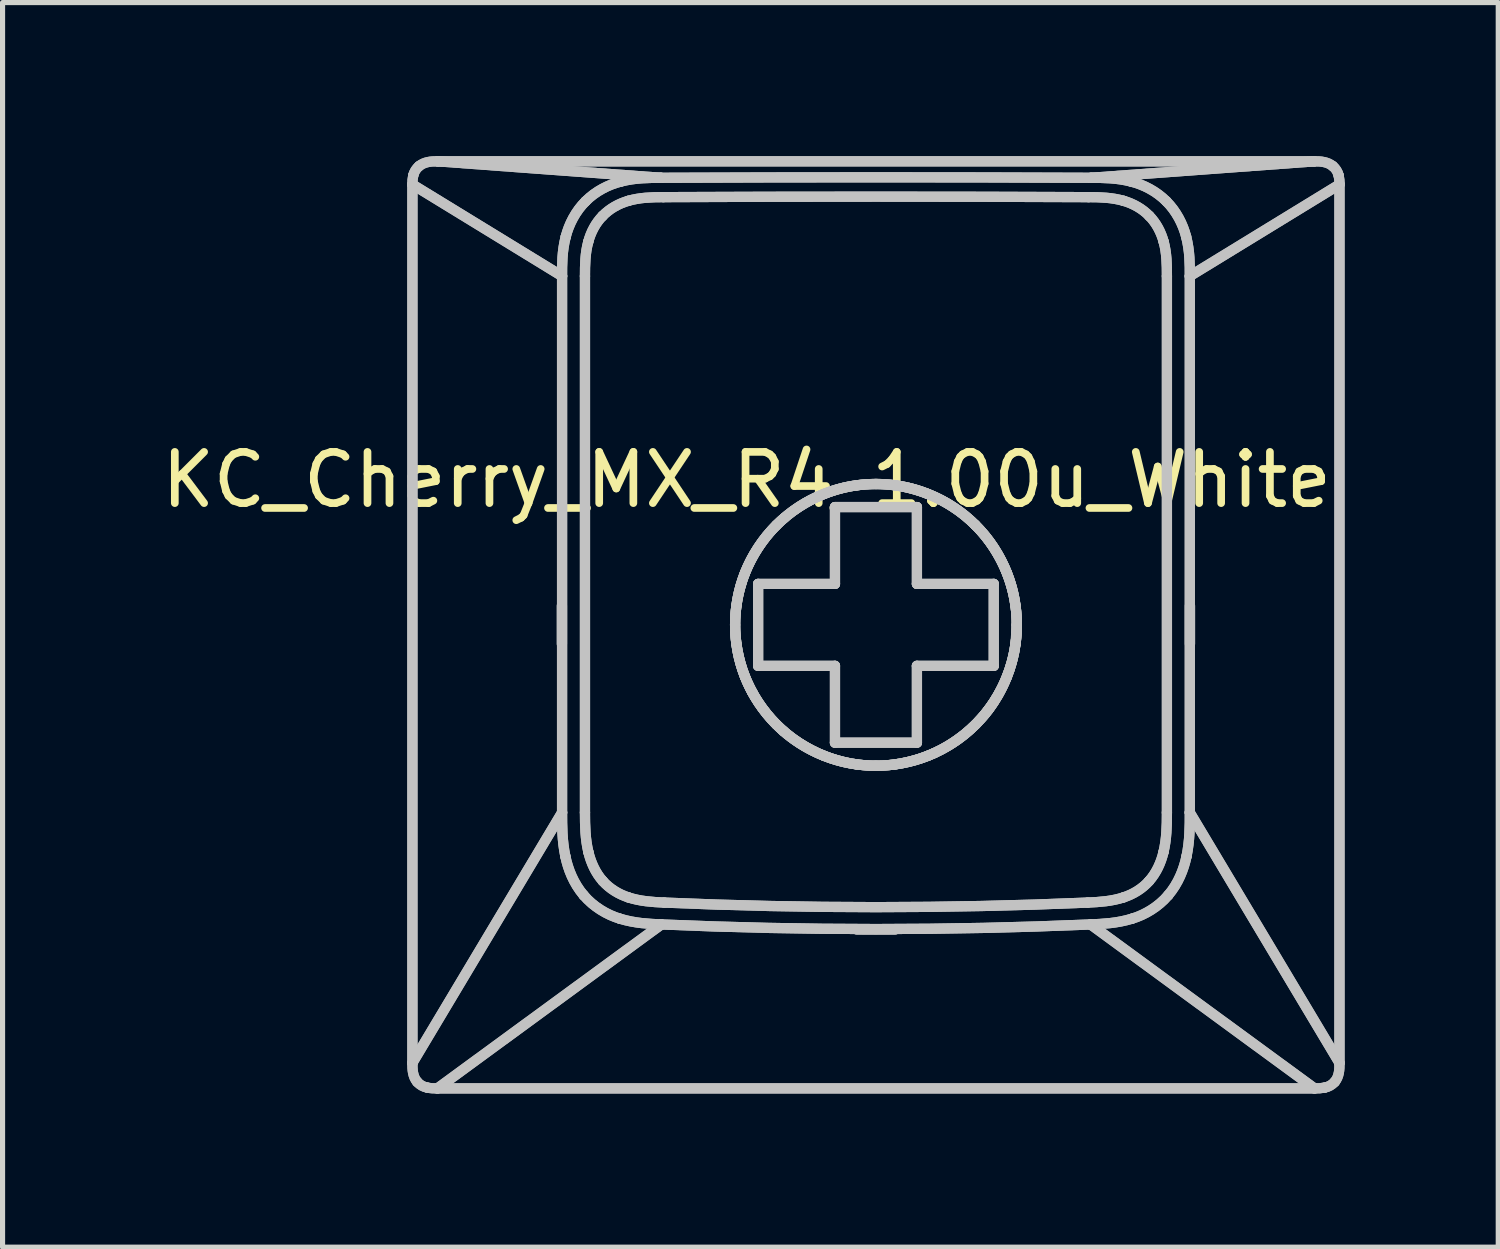
<source format=kicad_pcb>
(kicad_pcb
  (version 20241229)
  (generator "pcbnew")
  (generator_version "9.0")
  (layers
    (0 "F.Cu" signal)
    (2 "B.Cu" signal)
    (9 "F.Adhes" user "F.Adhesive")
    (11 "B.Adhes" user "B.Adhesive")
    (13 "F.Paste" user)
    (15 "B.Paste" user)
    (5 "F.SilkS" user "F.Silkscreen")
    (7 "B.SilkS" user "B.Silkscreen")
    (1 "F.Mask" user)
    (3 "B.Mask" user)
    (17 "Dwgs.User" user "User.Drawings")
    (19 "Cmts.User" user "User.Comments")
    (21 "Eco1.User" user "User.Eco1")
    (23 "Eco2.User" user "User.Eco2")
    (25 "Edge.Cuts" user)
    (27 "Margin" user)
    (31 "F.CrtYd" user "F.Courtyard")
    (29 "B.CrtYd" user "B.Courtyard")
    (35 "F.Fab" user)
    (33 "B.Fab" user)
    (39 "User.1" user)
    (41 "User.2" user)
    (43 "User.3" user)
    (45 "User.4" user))
  (footprint "KC_Cherry_MX_R4_1.00u_White"
    (layer "F.Cu")
    (at 14.07 9.112)
    (property "Reference" "KC_Cherry_MX_R4_1.00u_White" (at -2.54 -2.794 0) (layer "F.SilkS") (effects (font (size 1 1) (thickness 0.15))))
    (attr allow_missing_courtyard)
    (fp_line (start -9.068 -8.56) (end -6.146 -6.771) (stroke (width 0.2) (type default)) (layer "Dwgs.User"))
    (fp_line (start -9.068 -8.56) (end -6.146 -6.771) (stroke (width 0.2) (type default)) (layer "Dwgs.User"))
    (fp_line (start -9.068 8.591) (end -9.068 -8.56) (stroke (width 0.2) (type default)) (layer "Dwgs.User"))
    (fp_line (start -9.068 8.591) (end -9.068 -8.56) (stroke (width 0.2) (type default)) (layer "Dwgs.User"))
    (fp_line (start -9.068 8.591) (end -6.146 3.702) (stroke (width 0.2) (type default)) (layer "Dwgs.User"))
    (fp_line (start -9.068 8.591) (end -6.146 3.702) (stroke (width 0.2) (type default)) (layer "Dwgs.User"))
    (fp_line (start -8.58 9.088) (end -4.207 5.887) (stroke (width 0.2) (type default)) (layer "Dwgs.User"))
    (fp_line (start -8.58 9.088) (end -4.207 5.887) (stroke (width 0.2) (type default)) (layer "Dwgs.User"))
    (fp_line (start -8.575 -9.012) (end -4.216 -8.691) (stroke (width 0.2) (type default)) (layer "Dwgs.User"))
    (fp_line (start -8.575 -9.012) (end -4.216 -8.691) (stroke (width 0.2) (type default)) (layer "Dwgs.User"))
    (fp_line (start -8.575 -9.012) (end 8.539 -9.012) (stroke (width 0.2) (type default)) (layer "Dwgs.User"))
    (fp_line (start -8.575 -9.012) (end 8.539 -9.012) (stroke (width 0.2) (type default)) (layer "Dwgs.User"))
    (fp_line (start -6.149 0.412) (end -6.149 -0.338) (stroke (width 0.2) (type default)) (layer "Dwgs.User"))
    (fp_line (start -6.149 0.412) (end -6.149 -0.338) (stroke (width 0.2) (type default)) (layer "Dwgs.User"))
    (fp_line (start -6.146 -6.771) (end -6.146 3.702) (stroke (width 0.2) (type default)) (layer "Dwgs.User"))
    (fp_line (start -6.146 -6.771) (end -6.146 3.702) (stroke (width 0.2) (type default)) (layer "Dwgs.User"))
    (fp_line (start -5.699 -6.771) (end -5.699 3.702) (stroke (width 0.2) (type default)) (layer "Dwgs.User"))
    (fp_line (start -5.699 -6.771) (end -5.699 3.702) (stroke (width 0.2) (type default)) (layer "Dwgs.User"))
    (fp_line (start -2.318 -0.762) (end -0.818 -0.762) (stroke (width 0.2) (type default)) (layer "Dwgs.User"))
    (fp_line (start -2.318 -0.762) (end -0.818 -0.762) (stroke (width 0.2) (type default)) (layer "Dwgs.User"))
    (fp_line (start -2.318 0.838) (end -2.318 -0.762) (stroke (width 0.2) (type default)) (layer "Dwgs.User"))
    (fp_line (start -2.318 0.838) (end -2.318 -0.762) (stroke (width 0.2) (type default)) (layer "Dwgs.User"))
    (fp_line (start -0.818 -2.262) (end 0.782 -2.262) (stroke (width 0.2) (type default)) (layer "Dwgs.User"))
    (fp_line (start -0.818 -2.262) (end 0.782 -2.262) (stroke (width 0.2) (type default)) (layer "Dwgs.User"))
    (fp_line (start -0.818 -0.762) (end -0.818 -2.262) (stroke (width 0.2) (type default)) (layer "Dwgs.User"))
    (fp_line (start -0.818 -0.762) (end -0.818 -2.262) (stroke (width 0.2) (type default)) (layer "Dwgs.User"))
    (fp_line (start -0.818 0.838) (end -2.318 0.838) (stroke (width 0.2) (type default)) (layer "Dwgs.User"))
    (fp_line (start -0.818 0.838) (end -2.318 0.838) (stroke (width 0.2) (type default)) (layer "Dwgs.User"))
    (fp_line (start -0.818 2.338) (end -0.818 0.838) (stroke (width 0.2) (type default)) (layer "Dwgs.User"))
    (fp_line (start -0.818 2.338) (end -0.818 0.838) (stroke (width 0.2) (type default)) (layer "Dwgs.User"))
    (fp_line (start -0.393 5.985) (end 0.357 5.985) (stroke (width 0.2) (type default)) (layer "Dwgs.User"))
    (fp_line (start -0.393 5.985) (end 0.357 5.985) (stroke (width 0.2) (type default)) (layer "Dwgs.User"))
    (fp_line (start 0.782 -2.262) (end 0.782 -0.762) (stroke (width 0.2) (type default)) (layer "Dwgs.User"))
    (fp_line (start 0.782 -2.262) (end 0.782 -0.762) (stroke (width 0.2) (type default)) (layer "Dwgs.User"))
    (fp_line (start 0.782 -0.762) (end 2.282 -0.762) (stroke (width 0.2) (type default)) (layer "Dwgs.User"))
    (fp_line (start 0.782 -0.762) (end 2.282 -0.762) (stroke (width 0.2) (type default)) (layer "Dwgs.User"))
    (fp_line (start 0.782 0.838) (end 0.782 2.338) (stroke (width 0.2) (type default)) (layer "Dwgs.User"))
    (fp_line (start 0.782 0.838) (end 0.782 2.338) (stroke (width 0.2) (type default)) (layer "Dwgs.User"))
    (fp_line (start 0.782 2.338) (end -0.818 2.338) (stroke (width 0.2) (type default)) (layer "Dwgs.User"))
    (fp_line (start 0.782 2.338) (end -0.818 2.338) (stroke (width 0.2) (type default)) (layer "Dwgs.User"))
    (fp_line (start 2.282 -0.762) (end 2.282 0.838) (stroke (width 0.2) (type default)) (layer "Dwgs.User"))
    (fp_line (start 2.282 -0.762) (end 2.282 0.838) (stroke (width 0.2) (type default)) (layer "Dwgs.User"))
    (fp_line (start 2.282 0.838) (end 0.782 0.838) (stroke (width 0.2) (type default)) (layer "Dwgs.User"))
    (fp_line (start 2.282 0.838) (end 0.782 0.838) (stroke (width 0.2) (type default)) (layer "Dwgs.User"))
    (fp_line (start 2.707 0.412) (end 2.732 0.038) (stroke (width 0.2) (type default)) (layer "Dwgs.User"))
    (fp_line (start 4.181 -8.691) (end 8.539 -9.012) (stroke (width 0.2) (type default)) (layer "Dwgs.User"))
    (fp_line (start 4.181 -8.691) (end 8.539 -9.012) (stroke (width 0.2) (type default)) (layer "Dwgs.User"))
    (fp_line (start 5.663 3.702) (end 5.663 -6.771) (stroke (width 0.2) (type default)) (layer "Dwgs.User"))
    (fp_line (start 5.663 3.702) (end 5.663 -6.771) (stroke (width 0.2) (type default)) (layer "Dwgs.User"))
    (fp_line (start 6.11 -6.771) (end 9.032 -8.56) (stroke (width 0.2) (type default)) (layer "Dwgs.User"))
    (fp_line (start 6.11 -6.771) (end 9.032 -8.56) (stroke (width 0.2) (type default)) (layer "Dwgs.User"))
    (fp_line (start 6.11 3.702) (end 6.11 -6.771) (stroke (width 0.2) (type default)) (layer "Dwgs.User"))
    (fp_line (start 6.11 3.702) (end 6.11 -6.771) (stroke (width 0.2) (type default)) (layer "Dwgs.User"))
    (fp_line (start 6.113 0.412) (end 6.113 -0.338) (stroke (width 0.2) (type default)) (layer "Dwgs.User"))
    (fp_line (start 6.113 0.412) (end 6.113 -0.338) (stroke (width 0.2) (type default)) (layer "Dwgs.User"))
    (fp_line (start 8.544 9.088) (end -8.58 9.088) (stroke (width 0.2) (type default)) (layer "Dwgs.User"))
    (fp_line (start 8.544 9.088) (end -8.58 9.088) (stroke (width 0.2) (type default)) (layer "Dwgs.User"))
    (fp_line (start 8.544 9.088) (end 4.172 5.887) (stroke (width 0.2) (type default)) (layer "Dwgs.User"))
    (fp_line (start 8.544 9.088) (end 4.172 5.887) (stroke (width 0.2) (type default)) (layer "Dwgs.User"))
    (fp_line (start 9.032 -8.56) (end 9.032 8.591) (stroke (width 0.2) (type default)) (layer "Dwgs.User"))
    (fp_line (start 9.032 -8.56) (end 9.032 8.591) (stroke (width 0.2) (type default)) (layer "Dwgs.User"))
    (fp_line (start 9.032 8.591) (end 6.11 3.702) (stroke (width 0.2) (type default)) (layer "Dwgs.User"))
    (fp_line (start 9.032 8.591) (end 6.11 3.702) (stroke (width 0.2) (type default)) (layer "Dwgs.User"))
    (fp_curve (pts (xy -9.068 -8.56) (xy -9.07 -8.619) (xy -9.065 -8.678) (xy -9.052 -8.736)) (stroke (width 0.2) (type default)) (layer "Dwgs.User"))
    (fp_curve (pts (xy -9.068 -8.56) (xy -9.07 -8.619) (xy -9.065 -8.678) (xy -9.052 -8.736)) (stroke (width 0.2) (type default)) (layer "Dwgs.User"))
    (fp_curve (pts (xy -9.052 -8.736) (xy -9.033 -8.809) (xy -8.995 -8.87) (xy -8.938 -8.918)) (stroke (width 0.2) (type default)) (layer "Dwgs.User"))
    (fp_curve (pts (xy -9.052 -8.736) (xy -9.033 -8.809) (xy -8.995 -8.87) (xy -8.938 -8.918)) (stroke (width 0.2) (type default)) (layer "Dwgs.User"))
    (fp_curve (pts (xy -8.974 8.961) (xy -9.062 8.86) (xy -9.07 8.719) (xy -9.068 8.591)) (stroke (width 0.2) (type default)) (layer "Dwgs.User"))
    (fp_curve (pts (xy -8.974 8.961) (xy -9.062 8.86) (xy -9.07 8.719) (xy -9.068 8.591)) (stroke (width 0.2) (type default)) (layer "Dwgs.User"))
    (fp_curve (pts (xy -8.938 -8.918) (xy -8.837 -9.002) (xy -8.701 -9.015) (xy -8.575 -9.012)) (stroke (width 0.2) (type default)) (layer "Dwgs.User"))
    (fp_curve (pts (xy -8.938 -8.918) (xy -8.837 -9.002) (xy -8.701 -9.015) (xy -8.575 -9.012)) (stroke (width 0.2) (type default)) (layer "Dwgs.User"))
    (fp_curve (pts (xy -8.78 9.072) (xy -8.857 9.057) (xy -8.922 9.02) (xy -8.974 8.961)) (stroke (width 0.2) (type default)) (layer "Dwgs.User"))
    (fp_curve (pts (xy -8.78 9.072) (xy -8.857 9.057) (xy -8.922 9.02) (xy -8.974 8.961)) (stroke (width 0.2) (type default)) (layer "Dwgs.User"))
    (fp_curve (pts (xy -8.58 9.088) (xy -8.647 9.09) (xy -8.714 9.085) (xy -8.78 9.072)) (stroke (width 0.2) (type default)) (layer "Dwgs.User"))
    (fp_curve (pts (xy -8.58 9.088) (xy -8.647 9.09) (xy -8.714 9.085) (xy -8.78 9.072)) (stroke (width 0.2) (type default)) (layer "Dwgs.User"))
    (fp_curve (pts (xy -6.146 -6.771) (xy -6.146 -6.995) (xy -6.148 -7.259) (xy -6.074 -7.542)) (stroke (width 0.2) (type default)) (layer "Dwgs.User"))
    (fp_curve (pts (xy -6.146 -6.771) (xy -6.146 -6.995) (xy -6.148 -7.259) (xy -6.074 -7.542)) (stroke (width 0.2) (type default)) (layer "Dwgs.User"))
    (fp_curve (pts (xy -6.082 4.557) (xy -6.147 4.248) (xy -6.145 3.961) (xy -6.146 3.702)) (stroke (width 0.2) (type default)) (layer "Dwgs.User"))
    (fp_curve (pts (xy -6.082 4.557) (xy -6.147 4.248) (xy -6.145 3.961) (xy -6.146 3.702)) (stroke (width 0.2) (type default)) (layer "Dwgs.User"))
    (fp_curve (pts (xy -6.074 -7.542) (xy -6.011 -7.787) (xy -5.881 -8.04) (xy -5.687 -8.232)) (stroke (width 0.2) (type default)) (layer "Dwgs.User"))
    (fp_curve (pts (xy -6.074 -7.542) (xy -6.011 -7.787) (xy -5.881 -8.04) (xy -5.687 -8.232)) (stroke (width 0.2) (type default)) (layer "Dwgs.User"))
    (fp_curve (pts (xy -5.724 5.317) (xy -5.923 5.084) (xy -6.029 4.809) (xy -6.082 4.557)) (stroke (width 0.2) (type default)) (layer "Dwgs.User"))
    (fp_curve (pts (xy -5.724 5.317) (xy -5.923 5.084) (xy -6.029 4.809) (xy -6.082 4.557)) (stroke (width 0.2) (type default)) (layer "Dwgs.User"))
    (fp_curve (pts (xy -5.699 -6.771) (xy -5.699 -6.995) (xy -5.695 -7.223) (xy -5.635 -7.44)) (stroke (width 0.2) (type default)) (layer "Dwgs.User"))
    (fp_curve (pts (xy -5.699 -6.771) (xy -5.699 -6.995) (xy -5.695 -7.223) (xy -5.635 -7.44)) (stroke (width 0.2) (type default)) (layer "Dwgs.User"))
    (fp_curve (pts (xy -5.687 -8.232) (xy -5.491 -8.43) (xy -5.24 -8.556) (xy -4.999 -8.617)) (stroke (width 0.2) (type default)) (layer "Dwgs.User"))
    (fp_curve (pts (xy -5.687 -8.232) (xy -5.491 -8.43) (xy -5.24 -8.556) (xy -4.999 -8.617)) (stroke (width 0.2) (type default)) (layer "Dwgs.User"))
    (fp_curve (pts (xy -5.635 -7.44) (xy -5.585 -7.629) (xy -5.491 -7.807) (xy -5.356 -7.945)) (stroke (width 0.2) (type default)) (layer "Dwgs.User"))
    (fp_curve (pts (xy -5.635 -7.44) (xy -5.585 -7.629) (xy -5.491 -7.807) (xy -5.356 -7.945)) (stroke (width 0.2) (type default)) (layer "Dwgs.User"))
    (fp_curve (pts (xy -5.632 4.475) (xy -5.693 4.223) (xy -5.699 3.961) (xy -5.699 3.702)) (stroke (width 0.2) (type default)) (layer "Dwgs.User"))
    (fp_curve (pts (xy -5.632 4.475) (xy -5.693 4.223) (xy -5.699 3.961) (xy -5.699 3.702)) (stroke (width 0.2) (type default)) (layer "Dwgs.User"))
    (fp_curve (pts (xy -5.356 -7.945) (xy -5.218 -8.088) (xy -5.041 -8.186) (xy -4.853 -8.241)) (stroke (width 0.2) (type default)) (layer "Dwgs.User"))
    (fp_curve (pts (xy -5.356 -7.945) (xy -5.218 -8.088) (xy -5.041 -8.186) (xy -4.853 -8.241)) (stroke (width 0.2) (type default)) (layer "Dwgs.User"))
    (fp_curve (pts (xy -5.351 5.039) (xy -5.492 4.881) (xy -5.582 4.682) (xy -5.632 4.475)) (stroke (width 0.2) (type default)) (layer "Dwgs.User"))
    (fp_curve (pts (xy -5.351 5.039) (xy -5.492 4.881) (xy -5.582 4.682) (xy -5.632 4.475)) (stroke (width 0.2) (type default)) (layer "Dwgs.User"))
    (fp_curve (pts (xy -5.019 5.774) (xy -5.269 5.699) (xy -5.535 5.541) (xy -5.724 5.317)) (stroke (width 0.2) (type default)) (layer "Dwgs.User"))
    (fp_curve (pts (xy -5.019 5.774) (xy -5.269 5.699) (xy -5.535 5.541) (xy -5.724 5.317)) (stroke (width 0.2) (type default)) (layer "Dwgs.User"))
    (fp_curve (pts (xy -4.999 -8.617) (xy -4.715 -8.691) (xy -4.448 -8.689) (xy -4.216 -8.691)) (stroke (width 0.2) (type default)) (layer "Dwgs.User"))
    (fp_curve (pts (xy -4.999 -8.617) (xy -4.715 -8.691) (xy -4.448 -8.689) (xy -4.216 -8.691)) (stroke (width 0.2) (type default)) (layer "Dwgs.User"))
    (fp_curve (pts (xy -4.853 -8.241) (xy -4.632 -8.305) (xy -4.399 -8.313) (xy -4.169 -8.313)) (stroke (width 0.2) (type default)) (layer "Dwgs.User"))
    (fp_curve (pts (xy -4.853 -8.241) (xy -4.632 -8.305) (xy -4.399 -8.313) (xy -4.169 -8.313)) (stroke (width 0.2) (type default)) (layer "Dwgs.User"))
    (fp_curve (pts (xy -4.851 5.359) (xy -5.04 5.297) (xy -5.217 5.19) (xy -5.351 5.039)) (stroke (width 0.2) (type default)) (layer "Dwgs.User"))
    (fp_curve (pts (xy -4.851 5.359) (xy -5.04 5.297) (xy -5.217 5.19) (xy -5.351 5.039)) (stroke (width 0.2) (type default)) (layer "Dwgs.User"))
    (fp_curve (pts (xy -4.207 5.887) (xy -4.446 5.875) (xy -4.72 5.866) (xy -5.019 5.774)) (stroke (width 0.2) (type default)) (layer "Dwgs.User"))
    (fp_curve (pts (xy -4.207 5.887) (xy -4.446 5.875) (xy -4.72 5.866) (xy -5.019 5.774)) (stroke (width 0.2) (type default)) (layer "Dwgs.User"))
    (fp_curve (pts (xy -4.207 5.887) (xy -1.43 6.007) (xy 1.395 6.007) (xy 4.172 5.887)) (stroke (width 0.2) (type default)) (layer "Dwgs.User"))
    (fp_curve (pts (xy -4.207 5.887) (xy -1.43 6.007) (xy 1.395 6.007) (xy 4.172 5.887)) (stroke (width 0.2) (type default)) (layer "Dwgs.User"))
    (fp_curve (pts (xy -4.151 5.46) (xy -4.387 5.45) (xy -4.626 5.433) (xy -4.851 5.359)) (stroke (width 0.2) (type default)) (layer "Dwgs.User"))
    (fp_curve (pts (xy -4.151 5.46) (xy -4.387 5.45) (xy -4.626 5.433) (xy -4.851 5.359)) (stroke (width 0.2) (type default)) (layer "Dwgs.User"))
    (fp_curve (pts (xy -4.151 5.46) (xy -1.411 5.579) (xy 1.376 5.579) (xy 4.116 5.46)) (stroke (width 0.2) (type default)) (layer "Dwgs.User"))
    (fp_curve (pts (xy -4.151 5.46) (xy -1.411 5.579) (xy 1.376 5.579) (xy 4.116 5.46)) (stroke (width 0.2) (type default)) (layer "Dwgs.User"))
    (fp_curve (pts (xy -2.768 0.038) (xy -2.768 0.361) (xy -2.709 0.711) (xy -2.575 1.05)) (stroke (width 0.2) (type default)) (layer "Dwgs.User"))
    (fp_curve (pts (xy -2.768 0.038) (xy -2.768 0.361) (xy -2.709 0.711) (xy -2.575 1.05)) (stroke (width 0.2) (type default)) (layer "Dwgs.User"))
    (fp_curve (pts (xy -2.742 -0.338) (xy -2.776 -0.088) (xy -2.776 0.162) (xy -2.742 0.412)) (stroke (width 0.2) (type default)) (layer "Dwgs.User"))
    (fp_curve (pts (xy -2.742 -0.338) (xy -2.776 -0.088) (xy -2.776 0.162) (xy -2.742 0.412)) (stroke (width 0.2) (type default)) (layer "Dwgs.User"))
    (fp_curve (pts (xy -2.742 -0.338) (xy -2.722 -0.48) (xy -2.693 -0.617) (xy -2.653 -0.749)) (stroke (width 0.2) (type default)) (layer "Dwgs.User"))
    (fp_curve (pts (xy -2.742 -0.338) (xy -2.722 -0.48) (xy -2.693 -0.617) (xy -2.653 -0.749)) (stroke (width 0.2) (type default)) (layer "Dwgs.User"))
    (fp_curve (pts (xy -2.653 -0.749) (xy -2.514 -1.224) (xy -2.22 -1.7) (xy -1.808 -2.05)) (stroke (width 0.2) (type default)) (layer "Dwgs.User"))
    (fp_curve (pts (xy -2.653 -0.749) (xy -2.514 -1.224) (xy -2.22 -1.7) (xy -1.808 -2.05)) (stroke (width 0.2) (type default)) (layer "Dwgs.User"))
    (fp_curve (pts (xy -2.575 -0.975) (xy -2.709 -0.636) (xy -2.768 -0.286) (xy -2.768 0.038)) (stroke (width 0.2) (type default)) (layer "Dwgs.User"))
    (fp_curve (pts (xy -2.575 -0.975) (xy -2.709 -0.636) (xy -2.768 -0.286) (xy -2.768 0.038)) (stroke (width 0.2) (type default)) (layer "Dwgs.User"))
    (fp_curve (pts (xy -2.575 1.05) (xy -2.441 1.389) (xy -2.231 1.714) (xy -1.962 1.982)) (stroke (width 0.2) (type default)) (layer "Dwgs.User"))
    (fp_curve (pts (xy -2.575 1.05) (xy -2.441 1.389) (xy -2.231 1.714) (xy -1.962 1.982)) (stroke (width 0.2) (type default)) (layer "Dwgs.User"))
    (fp_curve (pts (xy -2.428 1.362) (xy -2.589 1.071) (xy -2.697 0.744) (xy -2.742 0.412)) (stroke (width 0.2) (type default)) (layer "Dwgs.User"))
    (fp_curve (pts (xy -2.428 1.362) (xy -2.589 1.071) (xy -2.697 0.744) (xy -2.742 0.412)) (stroke (width 0.2) (type default)) (layer "Dwgs.User"))
    (fp_curve (pts (xy -1.962 -1.907) (xy -2.231 -1.639) (xy -2.441 -1.313) (xy -2.575 -0.975)) (stroke (width 0.2) (type default)) (layer "Dwgs.User"))
    (fp_curve (pts (xy -1.962 -1.907) (xy -2.231 -1.639) (xy -2.441 -1.313) (xy -2.575 -0.975)) (stroke (width 0.2) (type default)) (layer "Dwgs.User"))
    (fp_curve (pts (xy -1.962 1.982) (xy -1.694 2.251) (xy -1.369 2.461) (xy -1.03 2.595)) (stroke (width 0.2) (type default)) (layer "Dwgs.User"))
    (fp_curve (pts (xy -1.962 1.982) (xy -1.694 2.251) (xy -1.369 2.461) (xy -1.03 2.595)) (stroke (width 0.2) (type default)) (layer "Dwgs.User"))
    (fp_curve (pts (xy -1.825 2.111) (xy -2.058 1.908) (xy -2.268 1.653) (xy -2.428 1.362)) (stroke (width 0.2) (type default)) (layer "Dwgs.User"))
    (fp_curve (pts (xy -1.825 2.111) (xy -2.058 1.908) (xy -2.268 1.653) (xy -2.428 1.362)) (stroke (width 0.2) (type default)) (layer "Dwgs.User"))
    (fp_curve (pts (xy -1.808 -2.05) (xy -1.399 -2.404) (xy -0.884 -2.622) (xy -0.393 -2.687)) (stroke (width 0.2) (type default)) (layer "Dwgs.User"))
    (fp_curve (pts (xy -1.808 -2.05) (xy -1.399 -2.404) (xy -0.884 -2.622) (xy -0.393 -2.687)) (stroke (width 0.2) (type default)) (layer "Dwgs.User"))
    (fp_curve (pts (xy -1.03 -2.519) (xy -1.369 -2.386) (xy -1.694 -2.176) (xy -1.962 -1.907)) (stroke (width 0.2) (type default)) (layer "Dwgs.User"))
    (fp_curve (pts (xy -1.03 -2.519) (xy -1.369 -2.386) (xy -1.694 -2.176) (xy -1.962 -1.907)) (stroke (width 0.2) (type default)) (layer "Dwgs.User"))
    (fp_curve (pts (xy -1.03 2.595) (xy -0.691 2.729) (xy -0.342 2.788) (xy -0.018 2.788)) (stroke (width 0.2) (type default)) (layer "Dwgs.User"))
    (fp_curve (pts (xy -1.03 2.595) (xy -0.691 2.729) (xy -0.342 2.788) (xy -0.018 2.788)) (stroke (width 0.2) (type default)) (layer "Dwgs.User"))
    (fp_curve (pts (xy -0.393 2.762) (xy -0.936 2.69) (xy -1.448 2.443) (xy -1.825 2.111)) (stroke (width 0.2) (type default)) (layer "Dwgs.User"))
    (fp_curve (pts (xy -0.393 2.762) (xy -0.936 2.69) (xy -1.448 2.443) (xy -1.825 2.111)) (stroke (width 0.2) (type default)) (layer "Dwgs.User"))
    (fp_curve (pts (xy -0.018 -2.712) (xy -0.342 -2.713) (xy -0.691 -2.654) (xy -1.03 -2.519)) (stroke (width 0.2) (type default)) (layer "Dwgs.User"))
    (fp_curve (pts (xy -0.018 -2.712) (xy -0.342 -2.713) (xy -0.691 -2.654) (xy -1.03 -2.519)) (stroke (width 0.2) (type default)) (layer "Dwgs.User"))
    (fp_curve (pts (xy -0.018 2.788) (xy 0.306 2.788) (xy 0.656 2.729) (xy 0.994 2.595)) (stroke (width 0.2) (type default)) (layer "Dwgs.User"))
    (fp_curve (pts (xy -0.018 2.788) (xy 0.306 2.788) (xy 0.656 2.729) (xy 0.994 2.595)) (stroke (width 0.2) (type default)) (layer "Dwgs.User"))
    (fp_curve (pts (xy 0.357 -2.687) (xy 0.107 -2.721) (xy -0.143 -2.721) (xy -0.393 -2.687)) (stroke (width 0.2) (type default)) (layer "Dwgs.User"))
    (fp_curve (pts (xy 0.357 -2.687) (xy 0.107 -2.721) (xy -0.143 -2.721) (xy -0.393 -2.687)) (stroke (width 0.2) (type default)) (layer "Dwgs.User"))
    (fp_curve (pts (xy 0.357 -2.687) (xy 0.892 -2.617) (xy 1.472 -2.359) (xy 1.911 -1.922)) (stroke (width 0.2) (type default)) (layer "Dwgs.User"))
    (fp_curve (pts (xy 0.357 -2.687) (xy 0.892 -2.617) (xy 1.472 -2.359) (xy 1.911 -1.922)) (stroke (width 0.2) (type default)) (layer "Dwgs.User"))
    (fp_curve (pts (xy 0.357 2.762) (xy 0.107 2.796) (xy -0.143 2.796) (xy -0.393 2.762)) (stroke (width 0.2) (type default)) (layer "Dwgs.User"))
    (fp_curve (pts (xy 0.357 2.762) (xy 0.107 2.796) (xy -0.143 2.796) (xy -0.393 2.762)) (stroke (width 0.2) (type default)) (layer "Dwgs.User"))
    (fp_curve (pts (xy 0.994 -2.519) (xy 0.656 -2.654) (xy 0.306 -2.713) (xy -0.018 -2.712)) (stroke (width 0.2) (type default)) (layer "Dwgs.User"))
    (fp_curve (pts (xy 0.994 -2.519) (xy 0.656 -2.654) (xy 0.306 -2.713) (xy -0.018 -2.712)) (stroke (width 0.2) (type default)) (layer "Dwgs.User"))
    (fp_curve (pts (xy 0.994 2.595) (xy 1.333 2.461) (xy 1.658 2.251) (xy 1.927 1.982)) (stroke (width 0.2) (type default)) (layer "Dwgs.User"))
    (fp_curve (pts (xy 0.994 2.595) (xy 1.333 2.461) (xy 1.658 2.251) (xy 1.927 1.982)) (stroke (width 0.2) (type default)) (layer "Dwgs.User"))
    (fp_curve (pts (xy 1.121 2.541) (xy 0.885 2.649) (xy 0.63 2.723) (xy 0.357 2.762)) (stroke (width 0.2) (type default)) (layer "Dwgs.User"))
    (fp_curve (pts (xy 1.121 2.541) (xy 0.885 2.649) (xy 0.63 2.723) (xy 0.357 2.762)) (stroke (width 0.2) (type default)) (layer "Dwgs.User"))
    (fp_curve (pts (xy 1.911 -1.922) (xy 2.355 -1.491) (xy 2.634 -0.899) (xy 2.706 -0.338)) (stroke (width 0.2) (type default)) (layer "Dwgs.User"))
    (fp_curve (pts (xy 1.911 -1.922) (xy 2.355 -1.491) (xy 2.634 -0.899) (xy 2.706 -0.338)) (stroke (width 0.2) (type default)) (layer "Dwgs.User"))
    (fp_curve (pts (xy 1.927 -1.907) (xy 1.658 -2.176) (xy 1.333 -2.386) (xy 0.994 -2.519)) (stroke (width 0.2) (type default)) (layer "Dwgs.User"))
    (fp_curve (pts (xy 1.927 -1.907) (xy 1.658 -2.176) (xy 1.333 -2.386) (xy 0.994 -2.519)) (stroke (width 0.2) (type default)) (layer "Dwgs.User"))
    (fp_curve (pts (xy 1.927 1.982) (xy 2.196 1.714) (xy 2.406 1.389) (xy 2.539 1.05)) (stroke (width 0.2) (type default)) (layer "Dwgs.User"))
    (fp_curve (pts (xy 1.927 1.982) (xy 2.196 1.714) (xy 2.406 1.389) (xy 2.539 1.05)) (stroke (width 0.2) (type default)) (layer "Dwgs.User"))
    (fp_curve (pts (xy 2.18 1.691) (xy 1.897 2.069) (xy 1.517 2.363) (xy 1.121 2.541)) (stroke (width 0.2) (type default)) (layer "Dwgs.User"))
    (fp_curve (pts (xy 2.18 1.691) (xy 1.897 2.069) (xy 1.517 2.363) (xy 1.121 2.541)) (stroke (width 0.2) (type default)) (layer "Dwgs.User"))
    (fp_curve (pts (xy 2.539 -0.975) (xy 2.406 -1.313) (xy 2.196 -1.639) (xy 1.927 -1.907)) (stroke (width 0.2) (type default)) (layer "Dwgs.User"))
    (fp_curve (pts (xy 2.539 -0.975) (xy 2.406 -1.313) (xy 2.196 -1.639) (xy 1.927 -1.907)) (stroke (width 0.2) (type default)) (layer "Dwgs.User"))
    (fp_curve (pts (xy 2.539 1.05) (xy 2.674 0.711) (xy 2.733 0.361) (xy 2.732 0.038)) (stroke (width 0.2) (type default)) (layer "Dwgs.User"))
    (fp_curve (pts (xy 2.539 1.05) (xy 2.674 0.711) (xy 2.733 0.361) (xy 2.732 0.038)) (stroke (width 0.2) (type default)) (layer "Dwgs.User"))
    (fp_curve (pts (xy 2.706 -0.338) (xy 2.724 -0.213) (xy 2.732 -0.088) (xy 2.732 0.038)) (stroke (width 0.2) (type default)) (layer "Dwgs.User"))
    (fp_curve (pts (xy 2.706 -0.338) (xy 2.724 -0.213) (xy 2.732 -0.088) (xy 2.732 0.038)) (stroke (width 0.2) (type default)) (layer "Dwgs.User"))
    (fp_curve (pts (xy 2.707 0.412) (xy 2.647 0.858) (xy 2.465 1.314) (xy 2.18 1.691)) (stroke (width 0.2) (type default)) (layer "Dwgs.User"))
    (fp_curve (pts (xy 2.707 0.412) (xy 2.647 0.858) (xy 2.465 1.314) (xy 2.18 1.691)) (stroke (width 0.2) (type default)) (layer "Dwgs.User"))
    (fp_curve (pts (xy 2.732 0.038) (xy 2.733 -0.286) (xy 2.674 -0.636) (xy 2.539 -0.975)) (stroke (width 0.2) (type default)) (layer "Dwgs.User"))
    (fp_curve (pts (xy 2.732 0.038) (xy 2.733 -0.286) (xy 2.674 -0.636) (xy 2.539 -0.975)) (stroke (width 0.2) (type default)) (layer "Dwgs.User"))
    (fp_curve (pts (xy 2.732 0.038) (xy 2.732 0.163) (xy 2.724 0.288) (xy 2.707 0.412)) (stroke (width 0.2) (type default)) (layer "Dwgs.User"))
    (fp_curve (pts (xy 2.732 0.038) (xy 2.732 0.163) (xy 2.724 0.288) (xy 2.707 0.412)) (stroke (width 0.2) (type default)) (layer "Dwgs.User"))
    (fp_curve (pts (xy 4.134 -8.313) (xy 1.38 -8.326) (xy -1.416 -8.326) (xy -4.169 -8.313)) (stroke (width 0.2) (type default)) (layer "Dwgs.User"))
    (fp_curve (pts (xy 4.134 -8.313) (xy 1.38 -8.326) (xy -1.416 -8.326) (xy -4.169 -8.313)) (stroke (width 0.2) (type default)) (layer "Dwgs.User"))
    (fp_curve (pts (xy 4.134 -8.313) (xy 4.363 -8.313) (xy 4.596 -8.305) (xy 4.817 -8.241)) (stroke (width 0.2) (type default)) (layer "Dwgs.User"))
    (fp_curve (pts (xy 4.134 -8.313) (xy 4.363 -8.313) (xy 4.596 -8.305) (xy 4.817 -8.241)) (stroke (width 0.2) (type default)) (layer "Dwgs.User"))
    (fp_curve (pts (xy 4.181 -8.691) (xy 1.396 -8.703) (xy -1.432 -8.703) (xy -4.216 -8.691)) (stroke (width 0.2) (type default)) (layer "Dwgs.User"))
    (fp_curve (pts (xy 4.181 -8.691) (xy 1.396 -8.703) (xy -1.432 -8.703) (xy -4.216 -8.691)) (stroke (width 0.2) (type default)) (layer "Dwgs.User"))
    (fp_curve (pts (xy 4.181 -8.691) (xy 4.413 -8.689) (xy 4.68 -8.691) (xy 4.964 -8.617)) (stroke (width 0.2) (type default)) (layer "Dwgs.User"))
    (fp_curve (pts (xy 4.181 -8.691) (xy 4.413 -8.689) (xy 4.68 -8.691) (xy 4.964 -8.617)) (stroke (width 0.2) (type default)) (layer "Dwgs.User"))
    (fp_curve (pts (xy 4.815 5.359) (xy 4.59 5.433) (xy 4.352 5.45) (xy 4.116 5.46)) (stroke (width 0.2) (type default)) (layer "Dwgs.User"))
    (fp_curve (pts (xy 4.815 5.359) (xy 4.59 5.433) (xy 4.352 5.45) (xy 4.116 5.46)) (stroke (width 0.2) (type default)) (layer "Dwgs.User"))
    (fp_curve (pts (xy 4.817 -8.241) (xy 5.005 -8.186) (xy 5.182 -8.088) (xy 5.32 -7.945)) (stroke (width 0.2) (type default)) (layer "Dwgs.User"))
    (fp_curve (pts (xy 4.817 -8.241) (xy 5.005 -8.186) (xy 5.182 -8.088) (xy 5.32 -7.945)) (stroke (width 0.2) (type default)) (layer "Dwgs.User"))
    (fp_curve (pts (xy 4.964 -8.617) (xy 5.205 -8.556) (xy 5.455 -8.43) (xy 5.652 -8.232)) (stroke (width 0.2) (type default)) (layer "Dwgs.User"))
    (fp_curve (pts (xy 4.964 -8.617) (xy 5.205 -8.556) (xy 5.455 -8.43) (xy 5.652 -8.232)) (stroke (width 0.2) (type default)) (layer "Dwgs.User"))
    (fp_curve (pts (xy 4.983 5.774) (xy 4.685 5.866) (xy 4.411 5.875) (xy 4.172 5.887)) (stroke (width 0.2) (type default)) (layer "Dwgs.User"))
    (fp_curve (pts (xy 4.983 5.774) (xy 4.685 5.866) (xy 4.411 5.875) (xy 4.172 5.887)) (stroke (width 0.2) (type default)) (layer "Dwgs.User"))
    (fp_curve (pts (xy 5.315 5.039) (xy 5.182 5.19) (xy 5.005 5.297) (xy 4.815 5.359)) (stroke (width 0.2) (type default)) (layer "Dwgs.User"))
    (fp_curve (pts (xy 5.315 5.039) (xy 5.182 5.19) (xy 5.005 5.297) (xy 4.815 5.359)) (stroke (width 0.2) (type default)) (layer "Dwgs.User"))
    (fp_curve (pts (xy 5.32 -7.945) (xy 5.456 -7.807) (xy 5.549 -7.629) (xy 5.6 -7.44)) (stroke (width 0.2) (type default)) (layer "Dwgs.User"))
    (fp_curve (pts (xy 5.32 -7.945) (xy 5.456 -7.807) (xy 5.549 -7.629) (xy 5.6 -7.44)) (stroke (width 0.2) (type default)) (layer "Dwgs.User"))
    (fp_curve (pts (xy 5.596 4.475) (xy 5.547 4.682) (xy 5.456 4.881) (xy 5.315 5.039)) (stroke (width 0.2) (type default)) (layer "Dwgs.User"))
    (fp_curve (pts (xy 5.596 4.475) (xy 5.547 4.682) (xy 5.456 4.881) (xy 5.315 5.039)) (stroke (width 0.2) (type default)) (layer "Dwgs.User"))
    (fp_curve (pts (xy 5.6 -7.44) (xy 5.659 -7.223) (xy 5.663 -6.995) (xy 5.663 -6.771)) (stroke (width 0.2) (type default)) (layer "Dwgs.User"))
    (fp_curve (pts (xy 5.6 -7.44) (xy 5.659 -7.223) (xy 5.663 -6.995) (xy 5.663 -6.771)) (stroke (width 0.2) (type default)) (layer "Dwgs.User"))
    (fp_curve (pts (xy 5.652 -8.232) (xy 5.845 -8.04) (xy 5.976 -7.787) (xy 6.038 -7.542)) (stroke (width 0.2) (type default)) (layer "Dwgs.User"))
    (fp_curve (pts (xy 5.652 -8.232) (xy 5.845 -8.04) (xy 5.976 -7.787) (xy 6.038 -7.542)) (stroke (width 0.2) (type default)) (layer "Dwgs.User"))
    (fp_curve (pts (xy 5.663 3.702) (xy 5.663 3.961) (xy 5.657 4.223) (xy 5.596 4.475)) (stroke (width 0.2) (type default)) (layer "Dwgs.User"))
    (fp_curve (pts (xy 5.663 3.702) (xy 5.663 3.961) (xy 5.657 4.223) (xy 5.596 4.475)) (stroke (width 0.2) (type default)) (layer "Dwgs.User"))
    (fp_curve (pts (xy 5.688 5.317) (xy 5.499 5.541) (xy 5.234 5.699) (xy 4.983 5.774)) (stroke (width 0.2) (type default)) (layer "Dwgs.User"))
    (fp_curve (pts (xy 5.688 5.317) (xy 5.499 5.541) (xy 5.234 5.699) (xy 4.983 5.774)) (stroke (width 0.2) (type default)) (layer "Dwgs.User"))
    (fp_curve (pts (xy 6.038 -7.542) (xy 6.112 -7.259) (xy 6.11 -6.995) (xy 6.11 -6.771)) (stroke (width 0.2) (type default)) (layer "Dwgs.User"))
    (fp_curve (pts (xy 6.038 -7.542) (xy 6.112 -7.259) (xy 6.11 -6.995) (xy 6.11 -6.771)) (stroke (width 0.2) (type default)) (layer "Dwgs.User"))
    (fp_curve (pts (xy 6.046 4.557) (xy 5.993 4.809) (xy 5.887 5.084) (xy 5.688 5.317)) (stroke (width 0.2) (type default)) (layer "Dwgs.User"))
    (fp_curve (pts (xy 6.046 4.557) (xy 5.993 4.809) (xy 5.887 5.084) (xy 5.688 5.317)) (stroke (width 0.2) (type default)) (layer "Dwgs.User"))
    (fp_curve (pts (xy 6.11 3.702) (xy 6.11 3.961) (xy 6.111 4.248) (xy 6.046 4.557)) (stroke (width 0.2) (type default)) (layer "Dwgs.User"))
    (fp_curve (pts (xy 6.11 3.702) (xy 6.11 3.961) (xy 6.111 4.248) (xy 6.046 4.557)) (stroke (width 0.2) (type default)) (layer "Dwgs.User"))
    (fp_curve (pts (xy 8.539 -9.012) (xy 8.665 -9.015) (xy 8.802 -9.002) (xy 8.902 -8.918)) (stroke (width 0.2) (type default)) (layer "Dwgs.User"))
    (fp_curve (pts (xy 8.539 -9.012) (xy 8.665 -9.015) (xy 8.802 -9.002) (xy 8.902 -8.918)) (stroke (width 0.2) (type default)) (layer "Dwgs.User"))
    (fp_curve (pts (xy 8.745 9.072) (xy 8.678 9.085) (xy 8.612 9.09) (xy 8.544 9.088)) (stroke (width 0.2) (type default)) (layer "Dwgs.User"))
    (fp_curve (pts (xy 8.745 9.072) (xy 8.678 9.085) (xy 8.612 9.09) (xy 8.544 9.088)) (stroke (width 0.2) (type default)) (layer "Dwgs.User"))
    (fp_curve (pts (xy 8.902 -8.918) (xy 8.96 -8.87) (xy 8.998 -8.809) (xy 9.016 -8.736)) (stroke (width 0.2) (type default)) (layer "Dwgs.User"))
    (fp_curve (pts (xy 8.902 -8.918) (xy 8.96 -8.87) (xy 8.998 -8.809) (xy 9.016 -8.736)) (stroke (width 0.2) (type default)) (layer "Dwgs.User"))
    (fp_curve (pts (xy 8.939 8.961) (xy 8.886 9.02) (xy 8.822 9.057) (xy 8.745 9.072)) (stroke (width 0.2) (type default)) (layer "Dwgs.User"))
    (fp_curve (pts (xy 8.939 8.961) (xy 8.886 9.02) (xy 8.822 9.057) (xy 8.745 9.072)) (stroke (width 0.2) (type default)) (layer "Dwgs.User"))
    (fp_curve (pts (xy 9.016 -8.736) (xy 9.029 -8.678) (xy 9.035 -8.619) (xy 9.032 -8.56)) (stroke (width 0.2) (type default)) (layer "Dwgs.User"))
    (fp_curve (pts (xy 9.016 -8.736) (xy 9.029 -8.678) (xy 9.035 -8.619) (xy 9.032 -8.56)) (stroke (width 0.2) (type default)) (layer "Dwgs.User"))
    (fp_curve (pts (xy 9.032 8.591) (xy 9.034 8.719) (xy 9.026 8.86) (xy 8.939 8.961)) (stroke (width 0.2) (type default)) (layer "Dwgs.User"))
    (fp_curve (pts (xy 9.032 8.591) (xy 9.034 8.719) (xy 9.026 8.86) (xy 8.939 8.961)) (stroke (width 0.2) (type default)) (layer "Dwgs.User")))
  (gr_rect
    (start -3 -3)
    (end 26.202 21.3)
    (stroke (width 0.1) (type default))
    (fill no)
    (layer "Edge.Cuts")))
</source>
